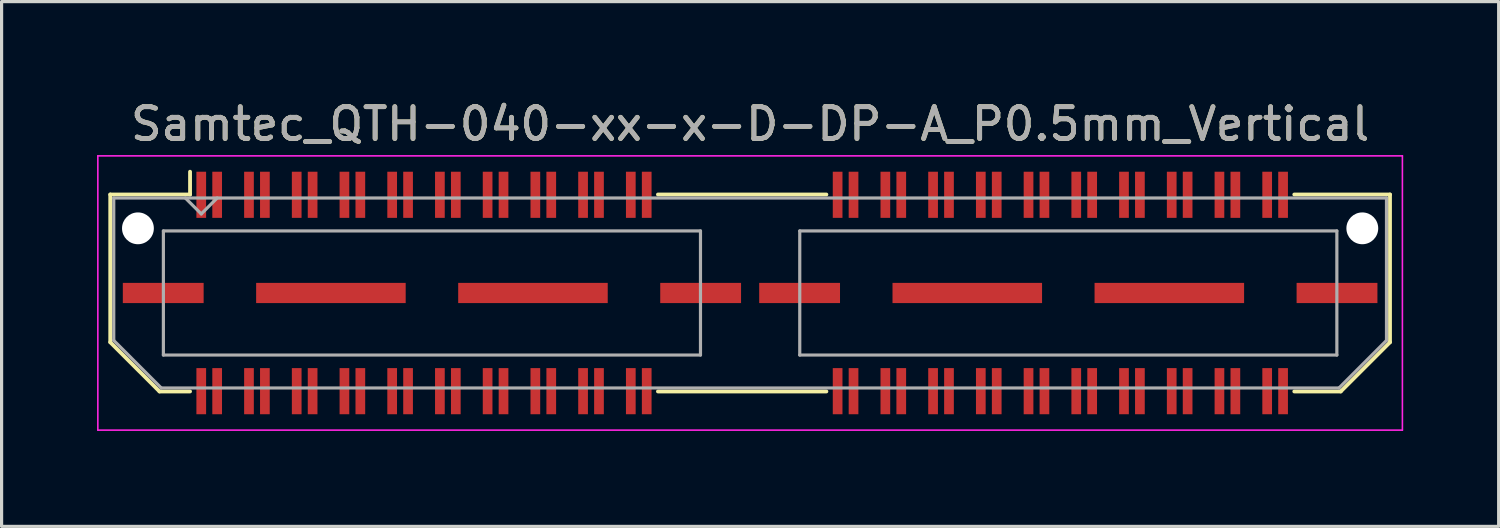
<source format=kicad_pcb>
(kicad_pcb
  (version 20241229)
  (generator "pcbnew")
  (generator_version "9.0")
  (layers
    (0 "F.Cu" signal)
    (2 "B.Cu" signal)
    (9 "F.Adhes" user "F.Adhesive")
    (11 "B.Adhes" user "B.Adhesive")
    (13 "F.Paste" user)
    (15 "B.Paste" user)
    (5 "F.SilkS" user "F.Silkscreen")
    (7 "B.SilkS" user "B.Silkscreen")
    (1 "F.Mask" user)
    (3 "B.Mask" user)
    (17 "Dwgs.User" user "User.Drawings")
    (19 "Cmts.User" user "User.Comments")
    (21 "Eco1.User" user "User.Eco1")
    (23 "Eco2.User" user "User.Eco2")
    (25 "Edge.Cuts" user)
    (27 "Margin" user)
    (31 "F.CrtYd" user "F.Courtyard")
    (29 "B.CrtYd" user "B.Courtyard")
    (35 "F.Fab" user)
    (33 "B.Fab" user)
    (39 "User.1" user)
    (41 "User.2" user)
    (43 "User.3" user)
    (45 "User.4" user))
  (footprint "Samtec_QTH-040-xx-x-D-DP-A_P0.5mm_Vertical"
    (layer "F.Cu")
    (at 20.525 6.158)
    (property "Reference" "Samtec_QTH-040-xx-x-D-DP-A_P0.5mm_Vertical" (at 0 -5.31 0) (layer "F.SilkS") (effects (font (size 1 1) (thickness 0.15))))
    (attr smd)
    (fp_line (start -20.11 -3.095) (end -20.11 1.548) (stroke (width 0.12) (type solid)) (layer "F.SilkS"))
    (fp_line (start -20.11 1.548) (end -18.562 3.095) (stroke (width 0.12) (type solid)) (layer "F.SilkS"))
    (fp_line (start -18.562 3.095) (end -17.602 3.095) (stroke (width 0.12) (type solid)) (layer "F.SilkS"))
    (fp_line (start -17.602 -3.811) (end -17.602 -3.095) (stroke (width 0.12) (type solid)) (layer "F.SilkS"))
    (fp_line (start -17.602 -3.095) (end -20.11 -3.095) (stroke (width 0.12) (type solid)) (layer "F.SilkS"))
    (fp_line (start -2.897 -3.095) (end 2.397 -3.095) (stroke (width 0.12) (type solid)) (layer "F.SilkS"))
    (fp_line (start -2.897 3.095) (end 2.397 3.095) (stroke (width 0.12) (type solid)) (layer "F.SilkS"))
    (fp_line (start 17.102 -3.095) (end 20.11 -3.095) (stroke (width 0.12) (type solid)) (layer "F.SilkS"))
    (fp_line (start 18.562 3.095) (end 17.102 3.095) (stroke (width 0.12) (type solid)) (layer "F.SilkS"))
    (fp_line (start 20.11 -3.095) (end 20.11 1.548) (stroke (width 0.12) (type solid)) (layer "F.SilkS"))
    (fp_line (start 20.11 1.548) (end 18.562 3.095) (stroke (width 0.12) (type solid)) (layer "F.SilkS"))
    (fp_line (start -20.5 -4.31) (end -20.5 4.31) (stroke (width 0.05) (type solid)) (layer "F.CrtYd"))
    (fp_line (start -20.5 4.31) (end 20.5 4.31) (stroke (width 0.05) (type solid)) (layer "F.CrtYd"))
    (fp_line (start 20.5 -4.31) (end -20.5 -4.31) (stroke (width 0.05) (type solid)) (layer "F.CrtYd"))
    (fp_line (start 20.5 4.31) (end 20.5 -4.31) (stroke (width 0.05) (type solid)) (layer "F.CrtYd"))
    (fp_line (start -20 -2.985) (end -20 1.492) (stroke (width 0.1) (type solid)) (layer "F.Fab"))
    (fp_line (start -20 -2.985) (end 20 -2.985) (stroke (width 0.1) (type solid)) (layer "F.Fab"))
    (fp_line (start -20 1.492) (end -18.508 2.985) (stroke (width 0.1) (type solid)) (layer "F.Fab"))
    (fp_line (start -18.508 2.985) (end 18.508 2.985) (stroke (width 0.1) (type solid)) (layer "F.Fab"))
    (fp_line (start -18.44 -1.95) (end -18.44 1.95) (stroke (width 0.1) (type solid)) (layer "F.Fab"))
    (fp_line (start -18.44 1.95) (end -1.56 1.95) (stroke (width 0.1) (type solid)) (layer "F.Fab"))
    (fp_line (start -17.25 -2.485) (end -17.75 -2.985) (stroke (width 0.1) (type solid)) (layer "F.Fab"))
    (fp_line (start -16.75 -2.985) (end -17.25 -2.485) (stroke (width 0.1) (type solid)) (layer "F.Fab"))
    (fp_line (start -1.56 -1.95) (end -18.44 -1.95) (stroke (width 0.1) (type solid)) (layer "F.Fab"))
    (fp_line (start -1.56 1.95) (end -1.56 -1.95) (stroke (width 0.1) (type solid)) (layer "F.Fab"))
    (fp_line (start 1.56 -1.95) (end 1.56 1.95) (stroke (width 0.1) (type solid)) (layer "F.Fab"))
    (fp_line (start 1.56 1.95) (end 18.44 1.95) (stroke (width 0.1) (type solid)) (layer "F.Fab"))
    (fp_line (start 18.44 -1.95) (end 1.56 -1.95) (stroke (width 0.1) (type solid)) (layer "F.Fab"))
    (fp_line (start 18.44 1.95) (end 18.44 -1.95) (stroke (width 0.1) (type solid)) (layer "F.Fab"))
    (fp_line (start 20 -2.985) (end 20 1.492) (stroke (width 0.1) (type solid)) (layer "F.Fab"))
    (fp_line (start 20 1.492) (end 18.508 2.985) (stroke (width 0.1) (type solid)) (layer "F.Fab"))
    (fp_text user "${REFERENCE}" (at 0 -5.31 0) (layer "F.Fab") (effects (font (size 1 1) (thickness 0.15))))
    (pad "" np_thru_hole circle (at -19.24 -2.032) (size 1 1) (drill 1) (layers "*.Cu" "*.Mask"))
    (pad "" np_thru_hole circle (at 19.24 -2.032) (size 1 1) (drill 1) (layers "*.Cu" "*.Mask"))
    (pad "1" smd rect (at -17.25 -3.086) (size 0.305 1.45) (layers "F.Cu" "F.Mask" "F.Paste"))
    (pad "2" smd rect (at -17.25 3.086) (size 0.305 1.45) (layers "F.Cu" "F.Mask" "F.Paste"))
    (pad "3" smd rect (at -16.75 -3.086) (size 0.305 1.45) (layers "F.Cu" "F.Mask" "F.Paste"))
    (pad "4" smd rect (at -16.75 3.086) (size 0.305 1.45) (layers "F.Cu" "F.Mask" "F.Paste"))
    (pad "5" smd rect (at -15.75 -3.086) (size 0.305 1.45) (layers "F.Cu" "F.Mask" "F.Paste"))
    (pad "6" smd rect (at -15.75 3.086) (size 0.305 1.45) (layers "F.Cu" "F.Mask" "F.Paste"))
    (pad "7" smd rect (at -15.25 -3.086) (size 0.305 1.45) (layers "F.Cu" "F.Mask" "F.Paste"))
    (pad "8" smd rect (at -15.25 3.086) (size 0.305 1.45) (layers "F.Cu" "F.Mask" "F.Paste"))
    (pad "9" smd rect (at -14.25 -3.086) (size 0.305 1.45) (layers "F.Cu" "F.Mask" "F.Paste"))
    (pad "10" smd rect (at -14.25 3.086) (size 0.305 1.45) (layers "F.Cu" "F.Mask" "F.Paste"))
    (pad "11" smd rect (at -13.75 -3.086) (size 0.305 1.45) (layers "F.Cu" "F.Mask" "F.Paste"))
    (pad "12" smd rect (at -13.75 3.086) (size 0.305 1.45) (layers "F.Cu" "F.Mask" "F.Paste"))
    (pad "13" smd rect (at -12.75 -3.086) (size 0.305 1.45) (layers "F.Cu" "F.Mask" "F.Paste"))
    (pad "14" smd rect (at -12.75 3.086) (size 0.305 1.45) (layers "F.Cu" "F.Mask" "F.Paste"))
    (pad "15" smd rect (at -12.25 -3.086) (size 0.305 1.45) (layers "F.Cu" "F.Mask" "F.Paste"))
    (pad "16" smd rect (at -12.25 3.086) (size 0.305 1.45) (layers "F.Cu" "F.Mask" "F.Paste"))
    (pad "17" smd rect (at -11.25 -3.086) (size 0.305 1.45) (layers "F.Cu" "F.Mask" "F.Paste"))
    (pad "18" smd rect (at -11.25 3.086) (size 0.305 1.45) (layers "F.Cu" "F.Mask" "F.Paste"))
    (pad "19" smd rect (at -10.75 -3.086) (size 0.305 1.45) (layers "F.Cu" "F.Mask" "F.Paste"))
    (pad "20" smd rect (at -10.75 3.086) (size 0.305 1.45) (layers "F.Cu" "F.Mask" "F.Paste"))
    (pad "21" smd rect (at -9.75 -3.086) (size 0.305 1.45) (layers "F.Cu" "F.Mask" "F.Paste"))
    (pad "22" smd rect (at -9.75 3.086) (size 0.305 1.45) (layers "F.Cu" "F.Mask" "F.Paste"))
    (pad "23" smd rect (at -9.25 -3.086) (size 0.305 1.45) (layers "F.Cu" "F.Mask" "F.Paste"))
    (pad "24" smd rect (at -9.25 3.086) (size 0.305 1.45) (layers "F.Cu" "F.Mask" "F.Paste"))
    (pad "25" smd rect (at -8.25 -3.086) (size 0.305 1.45) (layers "F.Cu" "F.Mask" "F.Paste"))
    (pad "26" smd rect (at -8.25 3.086) (size 0.305 1.45) (layers "F.Cu" "F.Mask" "F.Paste"))
    (pad "27" smd rect (at -7.75 -3.086) (size 0.305 1.45) (layers "F.Cu" "F.Mask" "F.Paste"))
    (pad "28" smd rect (at -7.75 3.086) (size 0.305 1.45) (layers "F.Cu" "F.Mask" "F.Paste"))
    (pad "29" smd rect (at -6.75 -3.086) (size 0.305 1.45) (layers "F.Cu" "F.Mask" "F.Paste"))
    (pad "30" smd rect (at -6.75 3.086) (size 0.305 1.45) (layers "F.Cu" "F.Mask" "F.Paste"))
    (pad "31" smd rect (at -6.25 -3.086) (size 0.305 1.45) (layers "F.Cu" "F.Mask" "F.Paste"))
    (pad "32" smd rect (at -6.25 3.086) (size 0.305 1.45) (layers "F.Cu" "F.Mask" "F.Paste"))
    (pad "33" smd rect (at -5.25 -3.086) (size 0.305 1.45) (layers "F.Cu" "F.Mask" "F.Paste"))
    (pad "34" smd rect (at -5.25 3.086) (size 0.305 1.45) (layers "F.Cu" "F.Mask" "F.Paste"))
    (pad "35" smd rect (at -4.75 -3.086) (size 0.305 1.45) (layers "F.Cu" "F.Mask" "F.Paste"))
    (pad "36" smd rect (at -4.75 3.086) (size 0.305 1.45) (layers "F.Cu" "F.Mask" "F.Paste"))
    (pad "37" smd rect (at -3.75 -3.086) (size 0.305 1.45) (layers "F.Cu" "F.Mask" "F.Paste"))
    (pad "38" smd rect (at -3.75 3.086) (size 0.305 1.45) (layers "F.Cu" "F.Mask" "F.Paste"))
    (pad "39" smd rect (at -3.25 -3.086) (size 0.305 1.45) (layers "F.Cu" "F.Mask" "F.Paste"))
    (pad "40" smd rect (at -3.25 3.086) (size 0.305 1.45) (layers "F.Cu" "F.Mask" "F.Paste"))
    (pad "41" smd rect (at 2.75 -3.086) (size 0.305 1.45) (layers "F.Cu" "F.Mask" "F.Paste"))
    (pad "42" smd rect (at 2.75 3.086) (size 0.305 1.45) (layers "F.Cu" "F.Mask" "F.Paste"))
    (pad "43" smd rect (at 3.25 -3.086) (size 0.305 1.45) (layers "F.Cu" "F.Mask" "F.Paste"))
    (pad "44" smd rect (at 3.25 3.086) (size 0.305 1.45) (layers "F.Cu" "F.Mask" "F.Paste"))
    (pad "45" smd rect (at 4.25 -3.086) (size 0.305 1.45) (layers "F.Cu" "F.Mask" "F.Paste"))
    (pad "46" smd rect (at 4.25 3.086) (size 0.305 1.45) (layers "F.Cu" "F.Mask" "F.Paste"))
    (pad "47" smd rect (at 4.75 -3.086) (size 0.305 1.45) (layers "F.Cu" "F.Mask" "F.Paste"))
    (pad "48" smd rect (at 4.75 3.086) (size 0.305 1.45) (layers "F.Cu" "F.Mask" "F.Paste"))
    (pad "49" smd rect (at 5.75 -3.086) (size 0.305 1.45) (layers "F.Cu" "F.Mask" "F.Paste"))
    (pad "50" smd rect (at 5.75 3.086) (size 0.305 1.45) (layers "F.Cu" "F.Mask" "F.Paste"))
    (pad "51" smd rect (at 6.25 -3.086) (size 0.305 1.45) (layers "F.Cu" "F.Mask" "F.Paste"))
    (pad "52" smd rect (at 6.25 3.086) (size 0.305 1.45) (layers "F.Cu" "F.Mask" "F.Paste"))
    (pad "53" smd rect (at 7.25 -3.086) (size 0.305 1.45) (layers "F.Cu" "F.Mask" "F.Paste"))
    (pad "54" smd rect (at 7.25 3.086) (size 0.305 1.45) (layers "F.Cu" "F.Mask" "F.Paste"))
    (pad "55" smd rect (at 7.75 -3.086) (size 0.305 1.45) (layers "F.Cu" "F.Mask" "F.Paste"))
    (pad "56" smd rect (at 7.75 3.086) (size 0.305 1.45) (layers "F.Cu" "F.Mask" "F.Paste"))
    (pad "57" smd rect (at 8.75 -3.086) (size 0.305 1.45) (layers "F.Cu" "F.Mask" "F.Paste"))
    (pad "58" smd rect (at 8.75 3.086) (size 0.305 1.45) (layers "F.Cu" "F.Mask" "F.Paste"))
    (pad "59" smd rect (at 9.25 -3.086) (size 0.305 1.45) (layers "F.Cu" "F.Mask" "F.Paste"))
    (pad "60" smd rect (at 9.25 3.086) (size 0.305 1.45) (layers "F.Cu" "F.Mask" "F.Paste"))
    (pad "61" smd rect (at 10.25 -3.086) (size 0.305 1.45) (layers "F.Cu" "F.Mask" "F.Paste"))
    (pad "62" smd rect (at 10.25 3.086) (size 0.305 1.45) (layers "F.Cu" "F.Mask" "F.Paste"))
    (pad "63" smd rect (at 10.75 -3.086) (size 0.305 1.45) (layers "F.Cu" "F.Mask" "F.Paste"))
    (pad "64" smd rect (at 10.75 3.086) (size 0.305 1.45) (layers "F.Cu" "F.Mask" "F.Paste"))
    (pad "65" smd rect (at 11.75 -3.086) (size 0.305 1.45) (layers "F.Cu" "F.Mask" "F.Paste"))
    (pad "66" smd rect (at 11.75 3.086) (size 0.305 1.45) (layers "F.Cu" "F.Mask" "F.Paste"))
    (pad "67" smd rect (at 12.25 -3.086) (size 0.305 1.45) (layers "F.Cu" "F.Mask" "F.Paste"))
    (pad "68" smd rect (at 12.25 3.086) (size 0.305 1.45) (layers "F.Cu" "F.Mask" "F.Paste"))
    (pad "69" smd rect (at 13.25 -3.086) (size 0.305 1.45) (layers "F.Cu" "F.Mask" "F.Paste"))
    (pad "70" smd rect (at 13.25 3.086) (size 0.305 1.45) (layers "F.Cu" "F.Mask" "F.Paste"))
    (pad "71" smd rect (at 13.75 -3.086) (size 0.305 1.45) (layers "F.Cu" "F.Mask" "F.Paste"))
    (pad "72" smd rect (at 13.75 3.086) (size 0.305 1.45) (layers "F.Cu" "F.Mask" "F.Paste"))
    (pad "73" smd rect (at 14.75 -3.086) (size 0.305 1.45) (layers "F.Cu" "F.Mask" "F.Paste"))
    (pad "74" smd rect (at 14.75 3.086) (size 0.305 1.45) (layers "F.Cu" "F.Mask" "F.Paste"))
    (pad "75" smd rect (at 15.25 -3.086) (size 0.305 1.45) (layers "F.Cu" "F.Mask" "F.Paste"))
    (pad "76" smd rect (at 15.25 3.086) (size 0.305 1.45) (layers "F.Cu" "F.Mask" "F.Paste"))
    (pad "77" smd rect (at 16.25 -3.086) (size 0.305 1.45) (layers "F.Cu" "F.Mask" "F.Paste"))
    (pad "78" smd rect (at 16.25 3.086) (size 0.305 1.45) (layers "F.Cu" "F.Mask" "F.Paste"))
    (pad "79" smd rect (at 16.75 -3.086) (size 0.305 1.45) (layers "F.Cu" "F.Mask" "F.Paste"))
    (pad "80" smd rect (at 16.75 3.086) (size 0.305 1.45) (layers "F.Cu" "F.Mask" "F.Paste"))
    (pad "P1" smd rect (at -18.445 0) (size 2.54 0.635) (layers "F.Cu" "F.Mask" "F.Paste"))
    (pad "P1" smd rect (at -13.175 0) (size 4.7 0.635) (layers "F.Cu" "F.Mask" "F.Paste"))
    (pad "P1" smd rect (at -6.825 0) (size 4.7 0.635) (layers "F.Cu" "F.Mask" "F.Paste"))
    (pad "P1" smd rect (at -1.555 0) (size 2.54 0.635) (layers "F.Cu" "F.Mask" "F.Paste"))
    (pad "P2" smd rect (at 1.555 0) (size 2.54 0.635) (layers "F.Cu" "F.Mask" "F.Paste"))
    (pad "P2" smd rect (at 6.825 0) (size 4.7 0.635) (layers "F.Cu" "F.Mask" "F.Paste"))
    (pad "P2" smd rect (at 13.175 0) (size 4.7 0.635) (layers "F.Cu" "F.Mask" "F.Paste"))
    (pad "P2" smd rect (at 18.445 0) (size 2.54 0.635) (layers "F.Cu" "F.Mask" "F.Paste")))
  (gr_rect
    (start -3 -3)
    (end 44.05 13.493)
    (stroke (width 0.1) (type default))
    (fill no)
    (layer "Edge.Cuts")))
</source>
